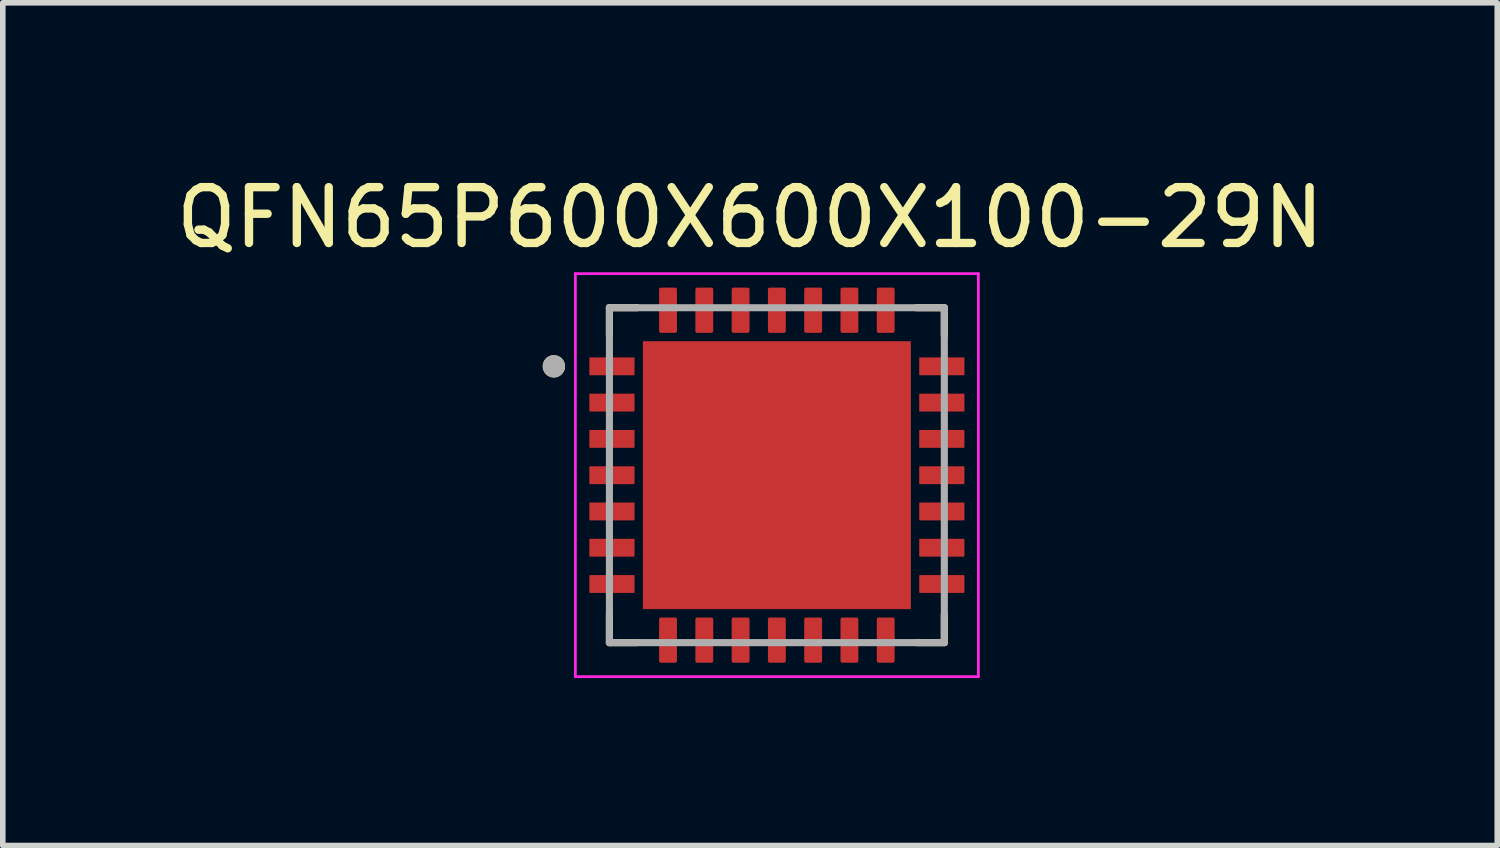
<source format=kicad_pcb>
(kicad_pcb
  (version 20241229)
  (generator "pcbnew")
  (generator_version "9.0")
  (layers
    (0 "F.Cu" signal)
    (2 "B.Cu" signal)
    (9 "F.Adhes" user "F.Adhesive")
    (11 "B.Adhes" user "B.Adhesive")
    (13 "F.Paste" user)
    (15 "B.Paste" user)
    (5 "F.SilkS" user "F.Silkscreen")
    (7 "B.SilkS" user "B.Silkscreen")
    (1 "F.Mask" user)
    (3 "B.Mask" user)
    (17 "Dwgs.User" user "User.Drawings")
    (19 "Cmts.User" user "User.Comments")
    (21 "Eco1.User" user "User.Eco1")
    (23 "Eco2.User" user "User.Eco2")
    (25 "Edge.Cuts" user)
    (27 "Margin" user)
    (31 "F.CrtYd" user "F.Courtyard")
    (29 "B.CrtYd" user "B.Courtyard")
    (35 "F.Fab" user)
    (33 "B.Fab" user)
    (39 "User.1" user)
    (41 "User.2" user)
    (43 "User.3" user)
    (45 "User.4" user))
  (footprint "QFN65P600X600X100-29N"
    (layer "F.Cu")
    (at 10.868 5.463)
    (property "Reference" "QFN65P600X600X100-29N" (at -0.481 -4.615 0) (layer "F.SilkS") (effects (font (size 1 1) (thickness 0.15))))
    (attr smd)
    (fp_line (start -3 -3) (end -3 -2.5) (stroke (width 0.127) (type solid)) (layer "F.SilkS"))
    (fp_line (start -3 -3) (end -2.5 -3) (stroke (width 0.127) (type solid)) (layer "F.SilkS"))
    (fp_line (start -3 3) (end -3 2.5) (stroke (width 0.127) (type solid)) (layer "F.SilkS"))
    (fp_line (start -3 3) (end -2.5 3) (stroke (width 0.127) (type solid)) (layer "F.SilkS"))
    (fp_line (start 3 -3) (end 2.5 -3) (stroke (width 0.127) (type solid)) (layer "F.SilkS"))
    (fp_line (start 3 -3) (end 3 -2.5) (stroke (width 0.127) (type solid)) (layer "F.SilkS"))
    (fp_line (start 3 3) (end 2.5 3) (stroke (width 0.127) (type solid)) (layer "F.SilkS"))
    (fp_line (start 3 3) (end 3 2.5) (stroke (width 0.127) (type solid)) (layer "F.SilkS"))
    (fp_circle (center -3.995 -1.95) (end -3.895 -1.95) (stroke (width 0.2) (type solid)) (fill no) (layer "F.SilkS"))
    (fp_poly (pts (xy -1.96 -1.96) (xy -0.44 -1.96) (xy -0.44 -0.44) (xy -1.96 -0.44)) (stroke (width 0.01) (type solid)) (fill yes) (layer "F.Paste"))
    (fp_poly (pts (xy -1.96 0.44) (xy -0.44 0.44) (xy -0.44 1.96) (xy -1.96 1.96)) (stroke (width 0.01) (type solid)) (fill yes) (layer "F.Paste"))
    (fp_poly (pts (xy 0.44 -1.96) (xy 1.96 -1.96) (xy 1.96 -0.44) (xy 0.44 -0.44)) (stroke (width 0.01) (type solid)) (fill yes) (layer "F.Paste"))
    (fp_poly (pts (xy 0.44 0.44) (xy 1.96 0.44) (xy 1.96 1.96) (xy 0.44 1.96)) (stroke (width 0.01) (type solid)) (fill yes) (layer "F.Paste"))
    (fp_line (start -3.61 -3.61) (end 3.61 -3.61) (stroke (width 0.05) (type solid)) (layer "F.CrtYd"))
    (fp_line (start -3.61 3.61) (end -3.61 -3.61) (stroke (width 0.05) (type solid)) (layer "F.CrtYd"))
    (fp_line (start -3.61 3.61) (end 3.61 3.61) (stroke (width 0.05) (type solid)) (layer "F.CrtYd"))
    (fp_line (start 3.61 3.61) (end 3.61 -3.61) (stroke (width 0.05) (type solid)) (layer "F.CrtYd"))
    (fp_line (start -3 3) (end -3 -3) (stroke (width 0.127) (type solid)) (layer "F.Fab"))
    (fp_line (start 3 -3) (end -3 -3) (stroke (width 0.127) (type solid)) (layer "F.Fab"))
    (fp_line (start 3 3) (end -3 3) (stroke (width 0.127) (type solid)) (layer "F.Fab"))
    (fp_line (start 3 3) (end 3 -3) (stroke (width 0.127) (type solid)) (layer "F.Fab"))
    (fp_circle (center -3.995 -1.95) (end -3.895 -1.95) (stroke (width 0.2) (type solid)) (fill no) (layer "F.Fab"))
    (pad "1" smd roundrect (at -2.955 -1.95) (size 0.81 0.32) (layers "F.Cu" "F.Mask" "F.Paste") (roundrect_rratio 0.04))
    (pad "2" smd roundrect (at -2.955 -1.3) (size 0.81 0.32) (layers "F.Cu" "F.Mask" "F.Paste") (roundrect_rratio 0.04))
    (pad "3" smd roundrect (at -2.955 -0.65) (size 0.81 0.32) (layers "F.Cu" "F.Mask" "F.Paste") (roundrect_rratio 0.04))
    (pad "4" smd roundrect (at -2.955 0) (size 0.81 0.32) (layers "F.Cu" "F.Mask" "F.Paste") (roundrect_rratio 0.04))
    (pad "5" smd roundrect (at -2.955 0.65) (size 0.81 0.32) (layers "F.Cu" "F.Mask" "F.Paste") (roundrect_rratio 0.04))
    (pad "6" smd roundrect (at -2.955 1.3) (size 0.81 0.32) (layers "F.Cu" "F.Mask" "F.Paste") (roundrect_rratio 0.04))
    (pad "7" smd roundrect (at -2.955 1.95) (size 0.81 0.32) (layers "F.Cu" "F.Mask" "F.Paste") (roundrect_rratio 0.04))
    (pad "8" smd roundrect (at -1.95 2.955) (size 0.32 0.81) (layers "F.Cu" "F.Mask" "F.Paste") (roundrect_rratio 0.1))
    (pad "9" smd roundrect (at -1.3 2.955) (size 0.32 0.81) (layers "F.Cu" "F.Mask" "F.Paste") (roundrect_rratio 0.1))
    (pad "10" smd roundrect (at -0.65 2.955) (size 0.32 0.81) (layers "F.Cu" "F.Mask" "F.Paste") (roundrect_rratio 0.1))
    (pad "11" smd roundrect (at 0 2.955) (size 0.32 0.81) (layers "F.Cu" "F.Mask" "F.Paste") (roundrect_rratio 0.1))
    (pad "12" smd roundrect (at 0.65 2.955) (size 0.32 0.81) (layers "F.Cu" "F.Mask" "F.Paste") (roundrect_rratio 0.1))
    (pad "13" smd roundrect (at 1.3 2.955) (size 0.32 0.81) (layers "F.Cu" "F.Mask" "F.Paste") (roundrect_rratio 0.1))
    (pad "14" smd roundrect (at 1.95 2.955) (size 0.32 0.81) (layers "F.Cu" "F.Mask" "F.Paste") (roundrect_rratio 0.1))
    (pad "15" smd roundrect (at 2.955 1.95) (size 0.81 0.32) (layers "F.Cu" "F.Mask" "F.Paste") (roundrect_rratio 0.04))
    (pad "16" smd roundrect (at 2.955 1.3) (size 0.81 0.32) (layers "F.Cu" "F.Mask" "F.Paste") (roundrect_rratio 0.04))
    (pad "17" smd roundrect (at 2.955 0.65) (size 0.81 0.32) (layers "F.Cu" "F.Mask" "F.Paste") (roundrect_rratio 0.04))
    (pad "18" smd roundrect (at 2.955 0) (size 0.81 0.32) (layers "F.Cu" "F.Mask" "F.Paste") (roundrect_rratio 0.04))
    (pad "19" smd roundrect (at 2.955 -0.65) (size 0.81 0.32) (layers "F.Cu" "F.Mask" "F.Paste") (roundrect_rratio 0.04))
    (pad "20" smd roundrect (at 2.955 -1.3) (size 0.81 0.32) (layers "F.Cu" "F.Mask" "F.Paste") (roundrect_rratio 0.04))
    (pad "21" smd roundrect (at 2.955 -1.95) (size 0.81 0.32) (layers "F.Cu" "F.Mask" "F.Paste") (roundrect_rratio 0.04))
    (pad "22" smd roundrect (at 1.95 -2.955) (size 0.32 0.81) (layers "F.Cu" "F.Mask" "F.Paste") (roundrect_rratio 0.1))
    (pad "23" smd roundrect (at 1.3 -2.955) (size 0.32 0.81) (layers "F.Cu" "F.Mask" "F.Paste") (roundrect_rratio 0.1))
    (pad "24" smd roundrect (at 0.65 -2.955) (size 0.32 0.81) (layers "F.Cu" "F.Mask" "F.Paste") (roundrect_rratio 0.1))
    (pad "25" smd roundrect (at 0 -2.955) (size 0.32 0.81) (layers "F.Cu" "F.Mask" "F.Paste") (roundrect_rratio 0.1))
    (pad "26" smd roundrect (at -0.65 -2.955) (size 0.32 0.81) (layers "F.Cu" "F.Mask" "F.Paste") (roundrect_rratio 0.1))
    (pad "27" smd roundrect (at -1.3 -2.955) (size 0.32 0.81) (layers "F.Cu" "F.Mask" "F.Paste") (roundrect_rratio 0.1))
    (pad "28" smd roundrect (at -1.95 -2.955) (size 0.32 0.81) (layers "F.Cu" "F.Mask" "F.Paste") (roundrect_rratio 0.1))
    (pad "29" smd rect (at 0 0) (size 4.8 4.8) (layers "F.Cu" "F.Mask")))
  (gr_rect
    (start -3 -3)
    (end 23.774 12.098)
    (stroke (width 0.1) (type default))
    (fill no)
    (layer "Edge.Cuts")))
</source>
